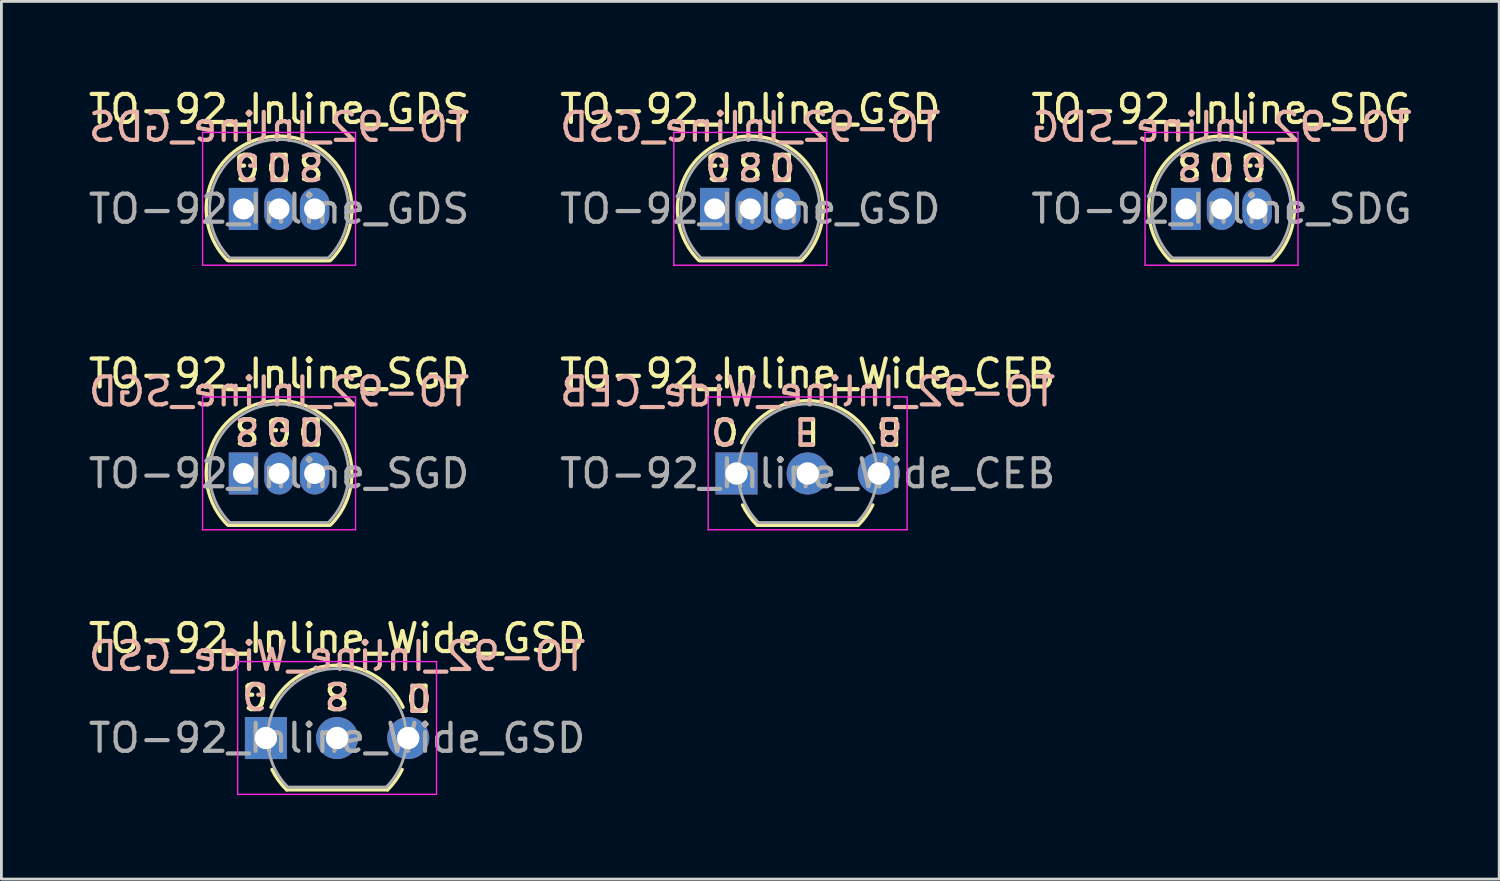
<source format=kicad_pcb>
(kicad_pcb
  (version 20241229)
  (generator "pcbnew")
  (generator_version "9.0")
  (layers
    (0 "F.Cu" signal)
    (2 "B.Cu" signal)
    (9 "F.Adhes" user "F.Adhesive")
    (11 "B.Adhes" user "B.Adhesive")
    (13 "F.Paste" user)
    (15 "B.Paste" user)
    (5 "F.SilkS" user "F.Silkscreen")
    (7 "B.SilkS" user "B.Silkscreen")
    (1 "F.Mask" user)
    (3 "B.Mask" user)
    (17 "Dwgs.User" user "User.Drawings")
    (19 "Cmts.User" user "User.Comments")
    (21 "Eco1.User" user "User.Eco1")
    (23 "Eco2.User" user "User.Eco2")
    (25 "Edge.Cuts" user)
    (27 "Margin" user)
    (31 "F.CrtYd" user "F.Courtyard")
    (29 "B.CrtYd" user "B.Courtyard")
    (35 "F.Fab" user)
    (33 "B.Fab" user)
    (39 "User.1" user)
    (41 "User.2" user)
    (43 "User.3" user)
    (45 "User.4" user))
  (footprint "TO-92_Inline_Wide_CEB"
    (layer "F.Cu")
    (at 23.24 13.851)
    (property "Reference" "TO-92_Inline_Wide_CEB" (at 2.54 -3.56 0) (layer "F.SilkS") (effects (font (size 1 1) (thickness 0.15))))
    (fp_line (start 0.74 1.85) (end 4.34 1.85) (stroke (width 0.12) (type solid)) (layer "F.SilkS"))
    (fp_arc (start 0.1836 -1.098807) (mid 1.143021 -2.192817) (end 2.54 -2.6) (stroke (width 0.12) (type solid)) (layer "F.SilkS"))
    (fp_arc (start 0.74 1.85) (mid 0.446097 1.509328) (end 0.215816 1.122795) (stroke (width 0.12) (type solid)) (layer "F.SilkS"))
    (fp_arc (start 2.54 -2.6) (mid 3.936979 -2.192818) (end 4.8964 -1.098807) (stroke (width 0.12) (type solid)) (layer "F.SilkS"))
    (fp_arc (start 4.864184 1.122795) (mid 4.633903 1.509328) (end 4.34 1.85) (stroke (width 0.12) (type solid)) (layer "F.SilkS"))
    (fp_line (start -1.01 -2.73) (end -1.01 2.01) (stroke (width 0.05) (type solid)) (layer "F.CrtYd"))
    (fp_line (start -1.01 -2.73) (end 6.09 -2.73) (stroke (width 0.05) (type solid)) (layer "F.CrtYd"))
    (fp_line (start 6.09 2.01) (end -1.01 2.01) (stroke (width 0.05) (type solid)) (layer "F.CrtYd"))
    (fp_line (start 6.09 2.01) (end 6.09 -2.73) (stroke (width 0.05) (type solid)) (layer "F.CrtYd"))
    (fp_line (start 0.8 1.75) (end 4.3 1.75) (stroke (width 0.1) (type solid)) (layer "F.Fab"))
    (fp_arc (start 0.786375 1.753625) (mid 0.248779 -0.949055) (end 2.54 -2.48) (stroke (width 0.1) (type solid)) (layer "F.Fab"))
    (fp_arc (start 2.54 -2.48) (mid 4.831221 -0.949055) (end 4.293625 1.753625) (stroke (width 0.1) (type solid)) (layer "F.Fab"))
    (fp_text user "E" (at 2.54 -1.524 180) (unlocked yes) (layer "F.SilkS") (effects (font (size 0.9 0.9) (thickness 0.15))))
    (fp_text user "B" (at 5.461 -1.524 180) (unlocked yes) (layer "F.SilkS") (effects (font (size 0.9 0.9) (thickness 0.15))))
    (fp_text user "C" (at -0.381 -1.524 180) (unlocked yes) (layer "F.SilkS") (effects (font (size 0.9 0.9) (thickness 0.15))))
    (fp_text user "B" (at 5.461 -1.524 180) (unlocked yes) (layer "B.SilkS") (effects (font (size 0.9 0.9) (thickness 0.15)) (justify mirror)))
    (fp_text user "C" (at -0.445 -1.524 180) (unlocked yes) (layer "B.SilkS") (effects (font (size 0.9 0.9) (thickness 0.15)) (justify mirror)))
    (fp_text user "${REFERENCE}" (at 2.54 -2.921 0) (layer "B.SilkS") (effects (font (size 1 1) (thickness 0.15)) (justify mirror)))
    (fp_text user "E" (at 2.477 -1.524 180) (unlocked yes) (layer "B.SilkS") (effects (font (size 0.9 0.9) (thickness 0.15)) (justify mirror)))
    (fp_text user "${REFERENCE}" (at 2.54 0 0) (layer "F.Fab") (effects (font (size 1 1) (thickness 0.15))))
    (pad "1" thru_hole rect (at 0 0 90) (size 1.5 1.5) (drill 0.8) (layers "*.Cu" "*.Mask"))
    (pad "2" thru_hole circle (at 2.54 0 90) (size 1.5 1.5) (drill 0.8) (layers "*.Cu" "*.Mask"))
    (pad "3" thru_hole circle (at 5.08 0 90) (size 1.5 1.5) (drill 0.8) (layers "*.Cu" "*.Mask")))
  (footprint "TO-92_Inline_Wide_GSD"
    (layer "F.Cu")
    (at 6.442 23.295)
    (property "Reference" "TO-92_Inline_Wide_GSD" (at 2.54 -3.56 0) (layer "F.SilkS") (effects (font (size 1 1) (thickness 0.15))))
    (fp_line (start 0.74 1.85) (end 4.34 1.85) (stroke (width 0.12) (type solid)) (layer "F.SilkS"))
    (fp_arc (start 0.1836 -1.098807) (mid 1.143021 -2.192817) (end 2.54 -2.6) (stroke (width 0.12) (type solid)) (layer "F.SilkS"))
    (fp_arc (start 0.74 1.85) (mid 0.446097 1.509328) (end 0.215816 1.122795) (stroke (width 0.12) (type solid)) (layer "F.SilkS"))
    (fp_arc (start 2.54 -2.6) (mid 3.936979 -2.192818) (end 4.8964 -1.098807) (stroke (width 0.12) (type solid)) (layer "F.SilkS"))
    (fp_arc (start 4.864184 1.122795) (mid 4.633903 1.509328) (end 4.34 1.85) (stroke (width 0.12) (type solid)) (layer "F.SilkS"))
    (fp_line (start -1.01 -2.73) (end -1.01 2.01) (stroke (width 0.05) (type solid)) (layer "F.CrtYd"))
    (fp_line (start -1.01 -2.73) (end 6.09 -2.73) (stroke (width 0.05) (type solid)) (layer "F.CrtYd"))
    (fp_line (start 6.09 2.01) (end -1.01 2.01) (stroke (width 0.05) (type solid)) (layer "F.CrtYd"))
    (fp_line (start 6.09 2.01) (end 6.09 -2.73) (stroke (width 0.05) (type solid)) (layer "F.CrtYd"))
    (fp_line (start 0.8 1.75) (end 4.3 1.75) (stroke (width 0.1) (type solid)) (layer "F.Fab"))
    (fp_arc (start 0.786375 1.753625) (mid 0.248779 -0.949055) (end 2.54 -2.48) (stroke (width 0.1) (type solid)) (layer "F.Fab"))
    (fp_arc (start 2.54 -2.48) (mid 4.831221 -0.949055) (end 4.293625 1.753625) (stroke (width 0.1) (type solid)) (layer "F.Fab"))
    (fp_text user "D" (at 5.461 -1.46 180) (unlocked yes) (layer "F.SilkS") (effects (font (size 0.9 0.9) (thickness 0.15))))
    (fp_text user "G" (at -0.381 -1.524 180) (unlocked yes) (layer "F.SilkS") (effects (font (size 0.9 0.9) (thickness 0.15))))
    (fp_text user "S" (at 2.54 -1.524 180) (unlocked yes) (layer "F.SilkS") (effects (font (size 0.9 0.9) (thickness 0.15))))
    (fp_text user "G" (at -0.381 -1.524 180) (unlocked yes) (layer "B.SilkS") (effects (font (size 0.9 0.9) (thickness 0.15)) (justify mirror)))
    (fp_text user "D" (at 5.461 -1.46 180) (unlocked yes) (layer "B.SilkS") (effects (font (size 0.9 0.9) (thickness 0.15)) (justify mirror)))
    (fp_text user "S" (at 2.54 -1.524 180) (unlocked yes) (layer "B.SilkS") (effects (font (size 0.9 0.9) (thickness 0.15)) (justify mirror)))
    (fp_text user "${REFERENCE}" (at 2.54 -2.921 0) (layer "B.SilkS") (effects (font (size 1 1) (thickness 0.15)) (justify mirror)))
    (fp_text user "${REFERENCE}" (at 2.54 0 0) (layer "F.Fab") (effects (font (size 1 1) (thickness 0.15))))
    (pad "1" thru_hole rect (at 0 0 90) (size 1.5 1.5) (drill 0.8) (layers "*.Cu" "*.Mask"))
    (pad "2" thru_hole circle (at 2.54 0 90) (size 1.5 1.5) (drill 0.8) (layers "*.Cu" "*.Mask"))
    (pad "3" thru_hole circle (at 5.08 0 90) (size 1.5 1.5) (drill 0.8) (layers "*.Cu" "*.Mask")))
  (footprint "TO-92_Inline_GDS"
    (layer "F.Cu")
    (at 5.641 4.408)
    (property "Reference" "TO-92_Inline_GDS" (at 1.27 -3.56 0) (layer "F.SilkS") (effects (font (size 1 1) (thickness 0.15))))
    (fp_line (start -0.53 1.85) (end 3.07 1.85) (stroke (width 0.12) (type solid)) (layer "F.SilkS"))
    (fp_arc (start -0.568478 1.838478) (mid -1.132087 -0.994977) (end 1.27 -2.6) (stroke (width 0.12) (type solid)) (layer "F.SilkS"))
    (fp_arc (start 1.27 -2.6) (mid 3.672087 -0.994977) (end 3.108478 1.838478) (stroke (width 0.12) (type solid)) (layer "F.SilkS"))
    (fp_line (start -1.46 -2.73) (end -1.46 2.01) (stroke (width 0.05) (type solid)) (layer "F.CrtYd"))
    (fp_line (start -1.46 -2.73) (end 4 -2.73) (stroke (width 0.05) (type solid)) (layer "F.CrtYd"))
    (fp_line (start 4 2.01) (end -1.46 2.01) (stroke (width 0.05) (type solid)) (layer "F.CrtYd"))
    (fp_line (start 4 2.01) (end 4 -2.73) (stroke (width 0.05) (type solid)) (layer "F.CrtYd"))
    (fp_line (start -0.5 1.75) (end 3 1.75) (stroke (width 0.1) (type solid)) (layer "F.Fab"))
    (fp_arc (start -0.483625 1.753625) (mid -1.021221 -0.949055) (end 1.27 -2.48) (stroke (width 0.1) (type solid)) (layer "F.Fab"))
    (fp_arc (start 1.27 -2.48) (mid 3.561221 -0.949055) (end 3.023625 1.753625) (stroke (width 0.1) (type solid)) (layer "F.Fab"))
    (fp_text user "G" (at 0.127 -1.524 180) (unlocked yes) (layer "F.SilkS") (effects (font (size 0.9 0.9) (thickness 0.15))))
    (fp_text user "S" (at 2.413 -1.524 180) (unlocked yes) (layer "F.SilkS") (effects (font (size 0.9 0.9) (thickness 0.15))))
    (fp_text user "D" (at 1.27 -1.524 180) (unlocked yes) (layer "F.SilkS") (effects (font (size 0.9 0.9) (thickness 0.15))))
    (fp_text user "S" (at 2.413 -1.524 180) (unlocked yes) (layer "B.SilkS") (effects (font (size 0.9 0.9) (thickness 0.15)) (justify mirror)))
    (fp_text user "${REFERENCE}" (at 1.27 -2.921 0) (layer "B.SilkS") (effects (font (size 1 1) (thickness 0.15)) (justify mirror)))
    (fp_text user "G" (at 0.127 -1.524 180) (unlocked yes) (layer "B.SilkS") (effects (font (size 0.9 0.9) (thickness 0.15)) (justify mirror)))
    (fp_text user "D" (at 1.27 -1.524 180) (unlocked yes) (layer "B.SilkS") (effects (font (size 0.9 0.9) (thickness 0.15)) (justify mirror)))
    (fp_text user "${REFERENCE}" (at 1.27 0 0) (layer "F.Fab") (effects (font (size 1 1) (thickness 0.15))))
    (pad "1" thru_hole rect (at 0 0) (size 1.05 1.5) (drill 0.75) (layers "*.Cu" "*.Mask"))
    (pad "2" thru_hole oval (at 1.27 0) (size 1.05 1.5) (drill 0.75) (layers "*.Cu" "*.Mask"))
    (pad "3" thru_hole oval (at 2.54 0) (size 1.05 1.5) (drill 0.75) (layers "*.Cu" "*.Mask")))
  (footprint "TO-92_Inline_SGD"
    (layer "F.Cu")
    (at 5.641 13.851)
    (property "Reference" "TO-92_Inline_SGD" (at 1.27 -3.56 0) (layer "F.SilkS") (effects (font (size 1 1) (thickness 0.15))))
    (fp_line (start -0.53 1.85) (end 3.07 1.85) (stroke (width 0.12) (type solid)) (layer "F.SilkS"))
    (fp_arc (start -0.568478 1.838478) (mid -1.132087 -0.994977) (end 1.27 -2.6) (stroke (width 0.12) (type solid)) (layer "F.SilkS"))
    (fp_arc (start 1.27 -2.6) (mid 3.672087 -0.994977) (end 3.108478 1.838478) (stroke (width 0.12) (type solid)) (layer "F.SilkS"))
    (fp_line (start -1.46 -2.73) (end -1.46 2.01) (stroke (width 0.05) (type solid)) (layer "F.CrtYd"))
    (fp_line (start -1.46 -2.73) (end 4 -2.73) (stroke (width 0.05) (type solid)) (layer "F.CrtYd"))
    (fp_line (start 4 2.01) (end -1.46 2.01) (stroke (width 0.05) (type solid)) (layer "F.CrtYd"))
    (fp_line (start 4 2.01) (end 4 -2.73) (stroke (width 0.05) (type solid)) (layer "F.CrtYd"))
    (fp_line (start -0.5 1.75) (end 3 1.75) (stroke (width 0.1) (type solid)) (layer "F.Fab"))
    (fp_arc (start -0.483625 1.753625) (mid -1.021221 -0.949055) (end 1.27 -2.48) (stroke (width 0.1) (type solid)) (layer "F.Fab"))
    (fp_arc (start 1.27 -2.48) (mid 3.561221 -0.949055) (end 3.023625 1.753625) (stroke (width 0.1) (type solid)) (layer "F.Fab"))
    (fp_text user "S" (at 0.127 -1.524 180) (unlocked yes) (layer "F.SilkS") (effects (font (size 0.9 0.9) (thickness 0.15))))
    (fp_text user "G" (at 1.27 -1.524 180) (unlocked yes) (layer "F.SilkS") (effects (font (size 0.9 0.9) (thickness 0.15))))
    (fp_text user "D" (at 2.413 -1.524 180) (unlocked yes) (layer "F.SilkS") (effects (font (size 0.9 0.9) (thickness 0.15))))
    (fp_text user "G" (at 1.27 -1.524 180) (unlocked yes) (layer "B.SilkS") (effects (font (size 0.9 0.9) (thickness 0.15)) (justify mirror)))
    (fp_text user "D" (at 2.413 -1.524 180) (unlocked yes) (layer "B.SilkS") (effects (font (size 0.9 0.9) (thickness 0.15)) (justify mirror)))
    (fp_text user "S" (at 0.127 -1.524 180) (unlocked yes) (layer "B.SilkS") (effects (font (size 0.9 0.9) (thickness 0.15)) (justify mirror)))
    (fp_text user "${REFERENCE}" (at 1.27 -2.921 0) (layer "B.SilkS") (effects (font (size 1 1) (thickness 0.15)) (justify mirror)))
    (fp_text user "${REFERENCE}" (at 1.27 0 0) (layer "F.Fab") (effects (font (size 1 1) (thickness 0.15))))
    (pad "1" thru_hole rect (at 0 0) (size 1.05 1.5) (drill 0.75) (layers "*.Cu" "*.Mask"))
    (pad "2" thru_hole oval (at 1.27 0) (size 1.05 1.5) (drill 0.75) (layers "*.Cu" "*.Mask"))
    (pad "3" thru_hole oval (at 2.54 0) (size 1.05 1.5) (drill 0.75) (layers "*.Cu" "*.Mask")))
  (footprint "TO-92_Inline_GSD"
    (layer "F.Cu")
    (at 22.462 4.408)
    (property "Reference" "TO-92_Inline_GSD" (at 1.27 -3.56 0) (layer "F.SilkS") (effects (font (size 1 1) (thickness 0.15))))
    (fp_line (start -0.53 1.85) (end 3.07 1.85) (stroke (width 0.12) (type solid)) (layer "F.SilkS"))
    (fp_arc (start -0.568478 1.838478) (mid -1.132087 -0.994977) (end 1.27 -2.6) (stroke (width 0.12) (type solid)) (layer "F.SilkS"))
    (fp_arc (start 1.27 -2.6) (mid 3.672087 -0.994977) (end 3.108478 1.838478) (stroke (width 0.12) (type solid)) (layer "F.SilkS"))
    (fp_line (start -1.46 -2.73) (end -1.46 2.01) (stroke (width 0.05) (type solid)) (layer "F.CrtYd"))
    (fp_line (start -1.46 -2.73) (end 4 -2.73) (stroke (width 0.05) (type solid)) (layer "F.CrtYd"))
    (fp_line (start 4 2.01) (end -1.46 2.01) (stroke (width 0.05) (type solid)) (layer "F.CrtYd"))
    (fp_line (start 4 2.01) (end 4 -2.73) (stroke (width 0.05) (type solid)) (layer "F.CrtYd"))
    (fp_line (start -0.5 1.75) (end 3 1.75) (stroke (width 0.1) (type solid)) (layer "F.Fab"))
    (fp_arc (start -0.483625 1.753625) (mid -1.021221 -0.949055) (end 1.27 -2.48) (stroke (width 0.1) (type solid)) (layer "F.Fab"))
    (fp_arc (start 1.27 -2.48) (mid 3.561221 -0.949055) (end 3.023625 1.753625) (stroke (width 0.1) (type solid)) (layer "F.Fab"))
    (fp_text user "D" (at 2.413 -1.524 180) (unlocked yes) (layer "F.SilkS") (effects (font (size 0.9 0.9) (thickness 0.15))))
    (fp_text user "S" (at 1.27 -1.524 180) (unlocked yes) (layer "F.SilkS") (effects (font (size 0.9 0.9) (thickness 0.15))))
    (fp_text user "G" (at 0.127 -1.524 180) (unlocked yes) (layer "F.SilkS") (effects (font (size 0.9 0.9) (thickness 0.15))))
    (fp_text user "G" (at 0.127 -1.524 180) (unlocked yes) (layer "B.SilkS") (effects (font (size 0.9 0.9) (thickness 0.15)) (justify mirror)))
    (fp_text user "D" (at 2.413 -1.524 180) (unlocked yes) (layer "B.SilkS") (effects (font (size 0.9 0.9) (thickness 0.15)) (justify mirror)))
    (fp_text user "${REFERENCE}" (at 1.27 -2.921 0) (layer "B.SilkS") (effects (font (size 1 1) (thickness 0.15)) (justify mirror)))
    (fp_text user "S" (at 1.27 -1.524 180) (unlocked yes) (layer "B.SilkS") (effects (font (size 0.9 0.9) (thickness 0.15)) (justify mirror)))
    (fp_text user "${REFERENCE}" (at 1.27 0 0) (layer "F.Fab") (effects (font (size 1 1) (thickness 0.15))))
    (pad "1" thru_hole rect (at 0 0) (size 1.05 1.5) (drill 0.75) (layers "*.Cu" "*.Mask"))
    (pad "2" thru_hole oval (at 1.27 0) (size 1.05 1.5) (drill 0.75) (layers "*.Cu" "*.Mask"))
    (pad "3" thru_hole oval (at 2.54 0) (size 1.05 1.5) (drill 0.75) (layers "*.Cu" "*.Mask")))
  (footprint "TO-92_Inline_SDG"
    (layer "F.Cu")
    (at 39.284 4.408)
    (property "Reference" "TO-92_Inline_SDG" (at 1.27 -3.56 0) (layer "F.SilkS") (effects (font (size 1 1) (thickness 0.15))))
    (fp_line (start -0.53 1.85) (end 3.07 1.85) (stroke (width 0.12) (type solid)) (layer "F.SilkS"))
    (fp_arc (start -0.568478 1.838478) (mid -1.132087 -0.994977) (end 1.27 -2.6) (stroke (width 0.12) (type solid)) (layer "F.SilkS"))
    (fp_arc (start 1.27 -2.6) (mid 3.672087 -0.994977) (end 3.108478 1.838478) (stroke (width 0.12) (type solid)) (layer "F.SilkS"))
    (fp_line (start -1.46 -2.73) (end -1.46 2.01) (stroke (width 0.05) (type solid)) (layer "F.CrtYd"))
    (fp_line (start -1.46 -2.73) (end 4 -2.73) (stroke (width 0.05) (type solid)) (layer "F.CrtYd"))
    (fp_line (start 4 2.01) (end -1.46 2.01) (stroke (width 0.05) (type solid)) (layer "F.CrtYd"))
    (fp_line (start 4 2.01) (end 4 -2.73) (stroke (width 0.05) (type solid)) (layer "F.CrtYd"))
    (fp_line (start -0.5 1.75) (end 3 1.75) (stroke (width 0.1) (type solid)) (layer "F.Fab"))
    (fp_arc (start -0.483625 1.753625) (mid -1.021221 -0.949055) (end 1.27 -2.48) (stroke (width 0.1) (type solid)) (layer "F.Fab"))
    (fp_arc (start 1.27 -2.48) (mid 3.561221 -0.949055) (end 3.023625 1.753625) (stroke (width 0.1) (type solid)) (layer "F.Fab"))
    (fp_text user "D" (at 1.27 -1.524 180) (unlocked yes) (layer "F.SilkS") (effects (font (size 0.9 0.9) (thickness 0.15))))
    (fp_text user "G" (at 2.413 -1.524 180) (unlocked yes) (layer "F.SilkS") (effects (font (size 0.9 0.9) (thickness 0.15))))
    (fp_text user "S" (at 0.127 -1.524 180) (unlocked yes) (layer "F.SilkS") (effects (font (size 0.9 0.9) (thickness 0.15))))
    (fp_text user "G" (at 2.413 -1.524 180) (unlocked yes) (layer "B.SilkS") (effects (font (size 0.9 0.9) (thickness 0.15)) (justify mirror)))
    (fp_text user "${REFERENCE}" (at 1.27 -2.921 0) (layer "B.SilkS") (effects (font (size 1 1) (thickness 0.15)) (justify mirror)))
    (fp_text user "S" (at 0.127 -1.524 180) (unlocked yes) (layer "B.SilkS") (effects (font (size 0.9 0.9) (thickness 0.15)) (justify mirror)))
    (fp_text user "D" (at 1.27 -1.524 180) (unlocked yes) (layer "B.SilkS") (effects (font (size 0.9 0.9) (thickness 0.15)) (justify mirror)))
    (fp_text user "${REFERENCE}" (at 1.27 0 0) (layer "F.Fab") (effects (font (size 1 1) (thickness 0.15))))
    (pad "1" thru_hole rect (at 0 0) (size 1.05 1.5) (drill 0.75) (layers "*.Cu" "*.Mask"))
    (pad "2" thru_hole oval (at 1.27 0) (size 1.05 1.5) (drill 0.75) (layers "*.Cu" "*.Mask"))
    (pad "3" thru_hole oval (at 2.54 0) (size 1.05 1.5) (drill 0.75) (layers "*.Cu" "*.Mask")))
  (gr_rect
    (start -3 -3)
    (end 50.464 28.33)
    (stroke (width 0.1) (type default))
    (fill no)
    (layer "Edge.Cuts")))
</source>
